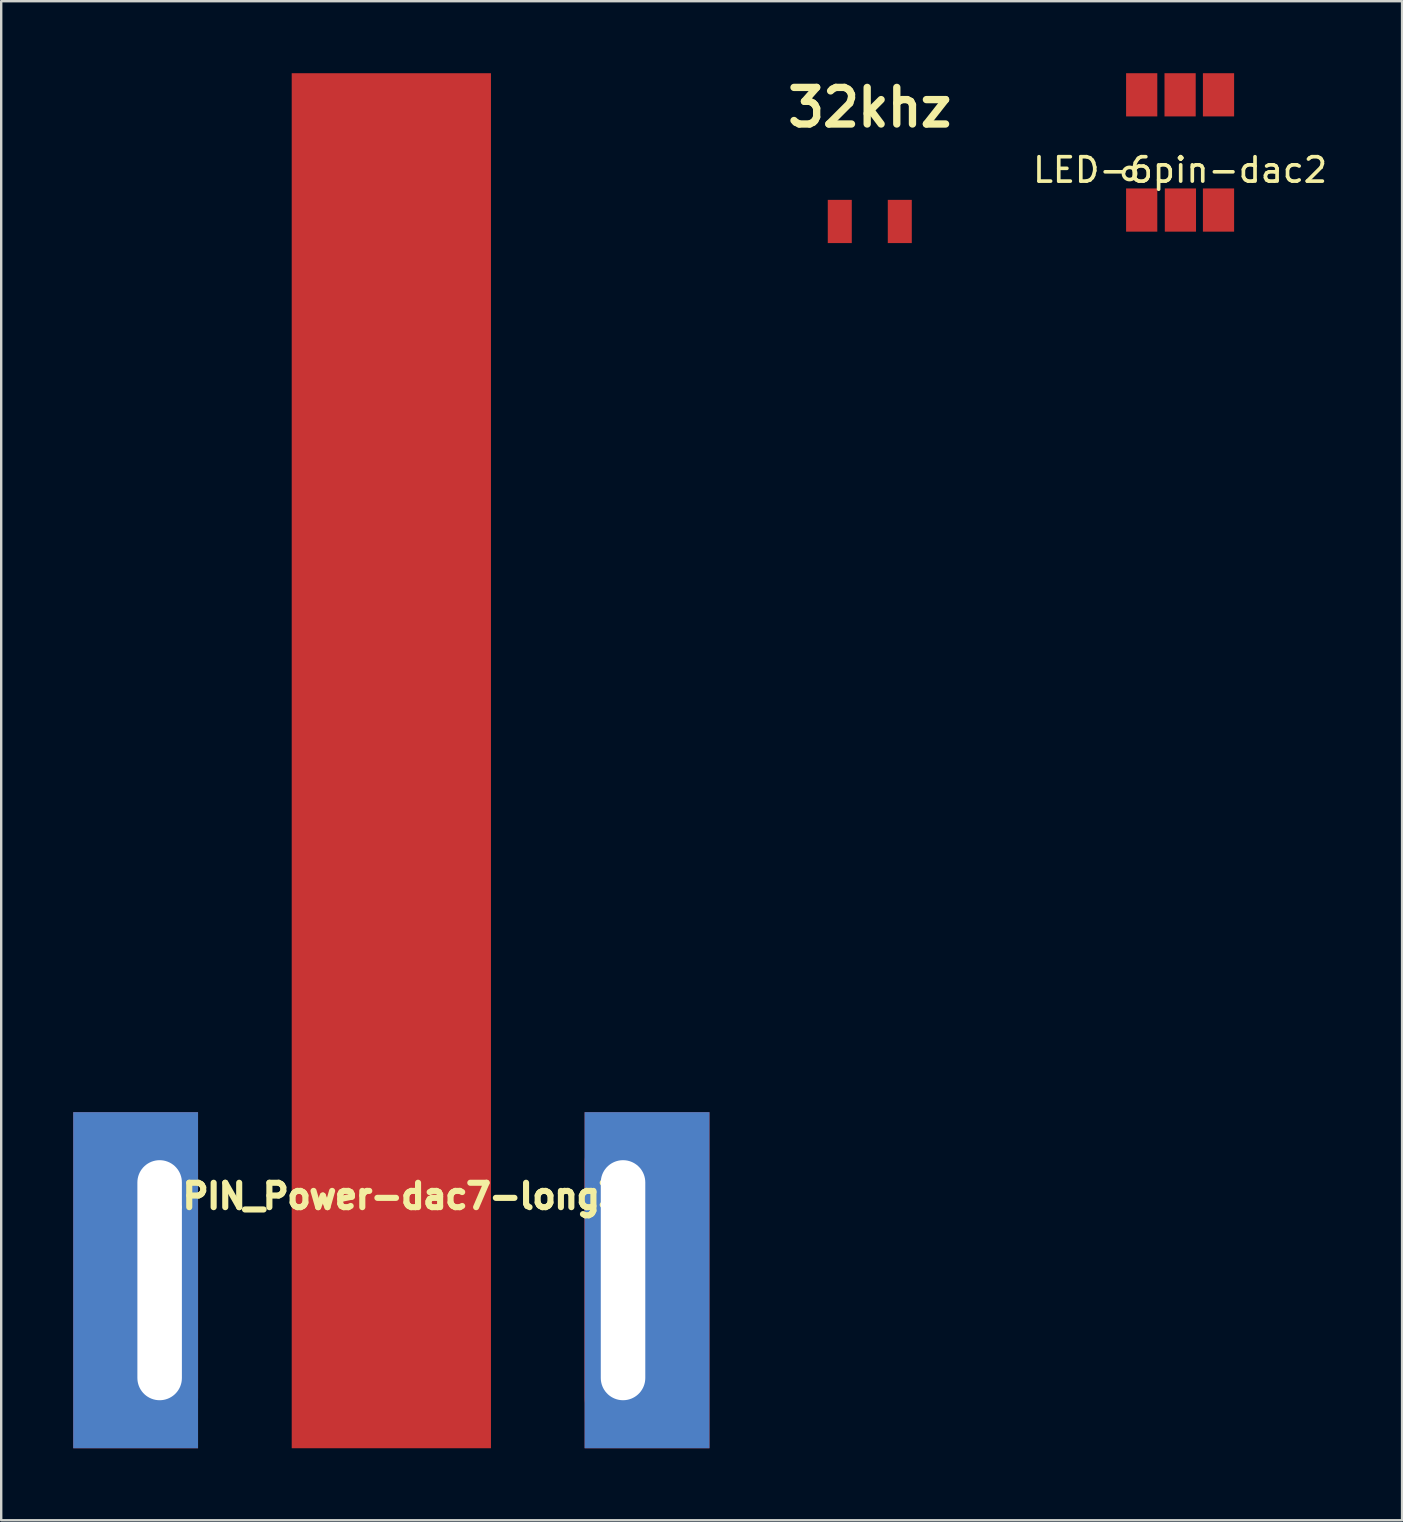
<source format=kicad_pcb>
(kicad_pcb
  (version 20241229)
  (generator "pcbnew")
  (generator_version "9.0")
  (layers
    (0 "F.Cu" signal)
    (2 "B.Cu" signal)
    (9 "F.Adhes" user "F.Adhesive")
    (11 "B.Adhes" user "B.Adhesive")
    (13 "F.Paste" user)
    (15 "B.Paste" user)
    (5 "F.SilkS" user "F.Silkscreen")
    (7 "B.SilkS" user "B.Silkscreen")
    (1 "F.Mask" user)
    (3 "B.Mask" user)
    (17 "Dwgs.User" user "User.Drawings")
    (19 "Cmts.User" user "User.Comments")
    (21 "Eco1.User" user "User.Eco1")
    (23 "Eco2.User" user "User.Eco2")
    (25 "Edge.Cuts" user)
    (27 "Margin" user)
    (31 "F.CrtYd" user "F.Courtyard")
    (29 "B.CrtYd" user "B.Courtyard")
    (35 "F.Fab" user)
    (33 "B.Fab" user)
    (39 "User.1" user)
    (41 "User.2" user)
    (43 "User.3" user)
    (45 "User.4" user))
  (footprint "32khz"
    (layer "F.Cu")
    (at 33.183 6.176)
    (property "Reference" "32khz" (at 0 -4.75 0) (layer "F.SilkS") (effects (font (size 1.524 1.524) (thickness 0.305))))
    (attr through_hole)
    (pad "1" smd rect (at 1.25 0 180) (size 1 1.8) (layers "F.Cu" "F.Mask" "F.Paste"))
    (pad "2" smd rect (at -1.25 0 180) (size 1 1.8) (layers "F.Cu" "F.Mask" "F.Paste")))
  (footprint "1PIN_Power-dac7-long3"
    (layer "F.Cu")
    (at 13.252 50.28)
    (property "Reference" "1PIN_Power-dac7-long3" (at 0 -3.5 0) (layer "F.SilkS") (effects (font (size 1.016 1.016) (thickness 0.254))))
    (attr through_hole)
    (pad "1" smd oval (at -9.652 0) (size 3.2 13) (layers "F.Cu" "F.Mask"))
    (pad "1" thru_hole rect (at -9.652 0) (size 5.2 14) (drill oval 1.854 10 (offset -1 0)) (layers "F.Cu"))
    (pad "1" smd rect (at 0 0) (size 8.3 57.28) (drill (offset 0 -21.64)) (layers "F.Cu"))
    (pad "1" smd oval (at 9.652 0) (size 3.2 13) (layers "F.Cu" "F.Mask"))
    (pad "1" thru_hole rect (at 9.652 0) (size 5.2 14) (drill oval 1.854 10 (offset 1 0)) (layers "F.Cu")))
  (footprint "LED-6pin-dac2"
    (layer "F.Cu")
    (at 46.11 3.3)
    (property "Reference" "LED-6pin-dac2" (at 0 0.732 0) (layer "F.SilkS") (effects (font (size 1.016 1.016) (thickness 0.152))))
    (attr smd)
    (fp_circle (center -2.106 0.876) (end -2.106 0.622) (stroke (width 0.152) (type solid)) (fill no) (layer "F.SilkS"))
    (pad "1" smd rect (at -1.6 2.4) (size 1.3 1.8) (layers "F.Cu" "F.Mask" "F.Paste"))
    (pad "2" smd rect (at -1.6 -2.4) (size 1.3 1.8) (layers "F.Cu" "F.Mask" "F.Paste"))
    (pad "3" smd rect (at 0.013 2.4) (size 1.3 1.8) (layers "F.Cu" "F.Mask" "F.Paste"))
    (pad "4" smd rect (at 0 -2.4) (size 1.3 1.8) (layers "F.Cu" "F.Mask" "F.Paste"))
    (pad "5" smd rect (at 1.6 2.4) (size 1.3 1.8) (layers "F.Cu" "F.Mask" "F.Paste"))
    (pad "6" smd rect (at 1.6 -2.4) (size 1.3 1.8) (layers "F.Cu" "F.Mask" "F.Paste")))
  (gr_rect
    (start -3 -3)
    (end 55.357 60.28)
    (stroke (width 0.1) (type default))
    (fill no)
    (layer "Edge.Cuts")))
</source>
